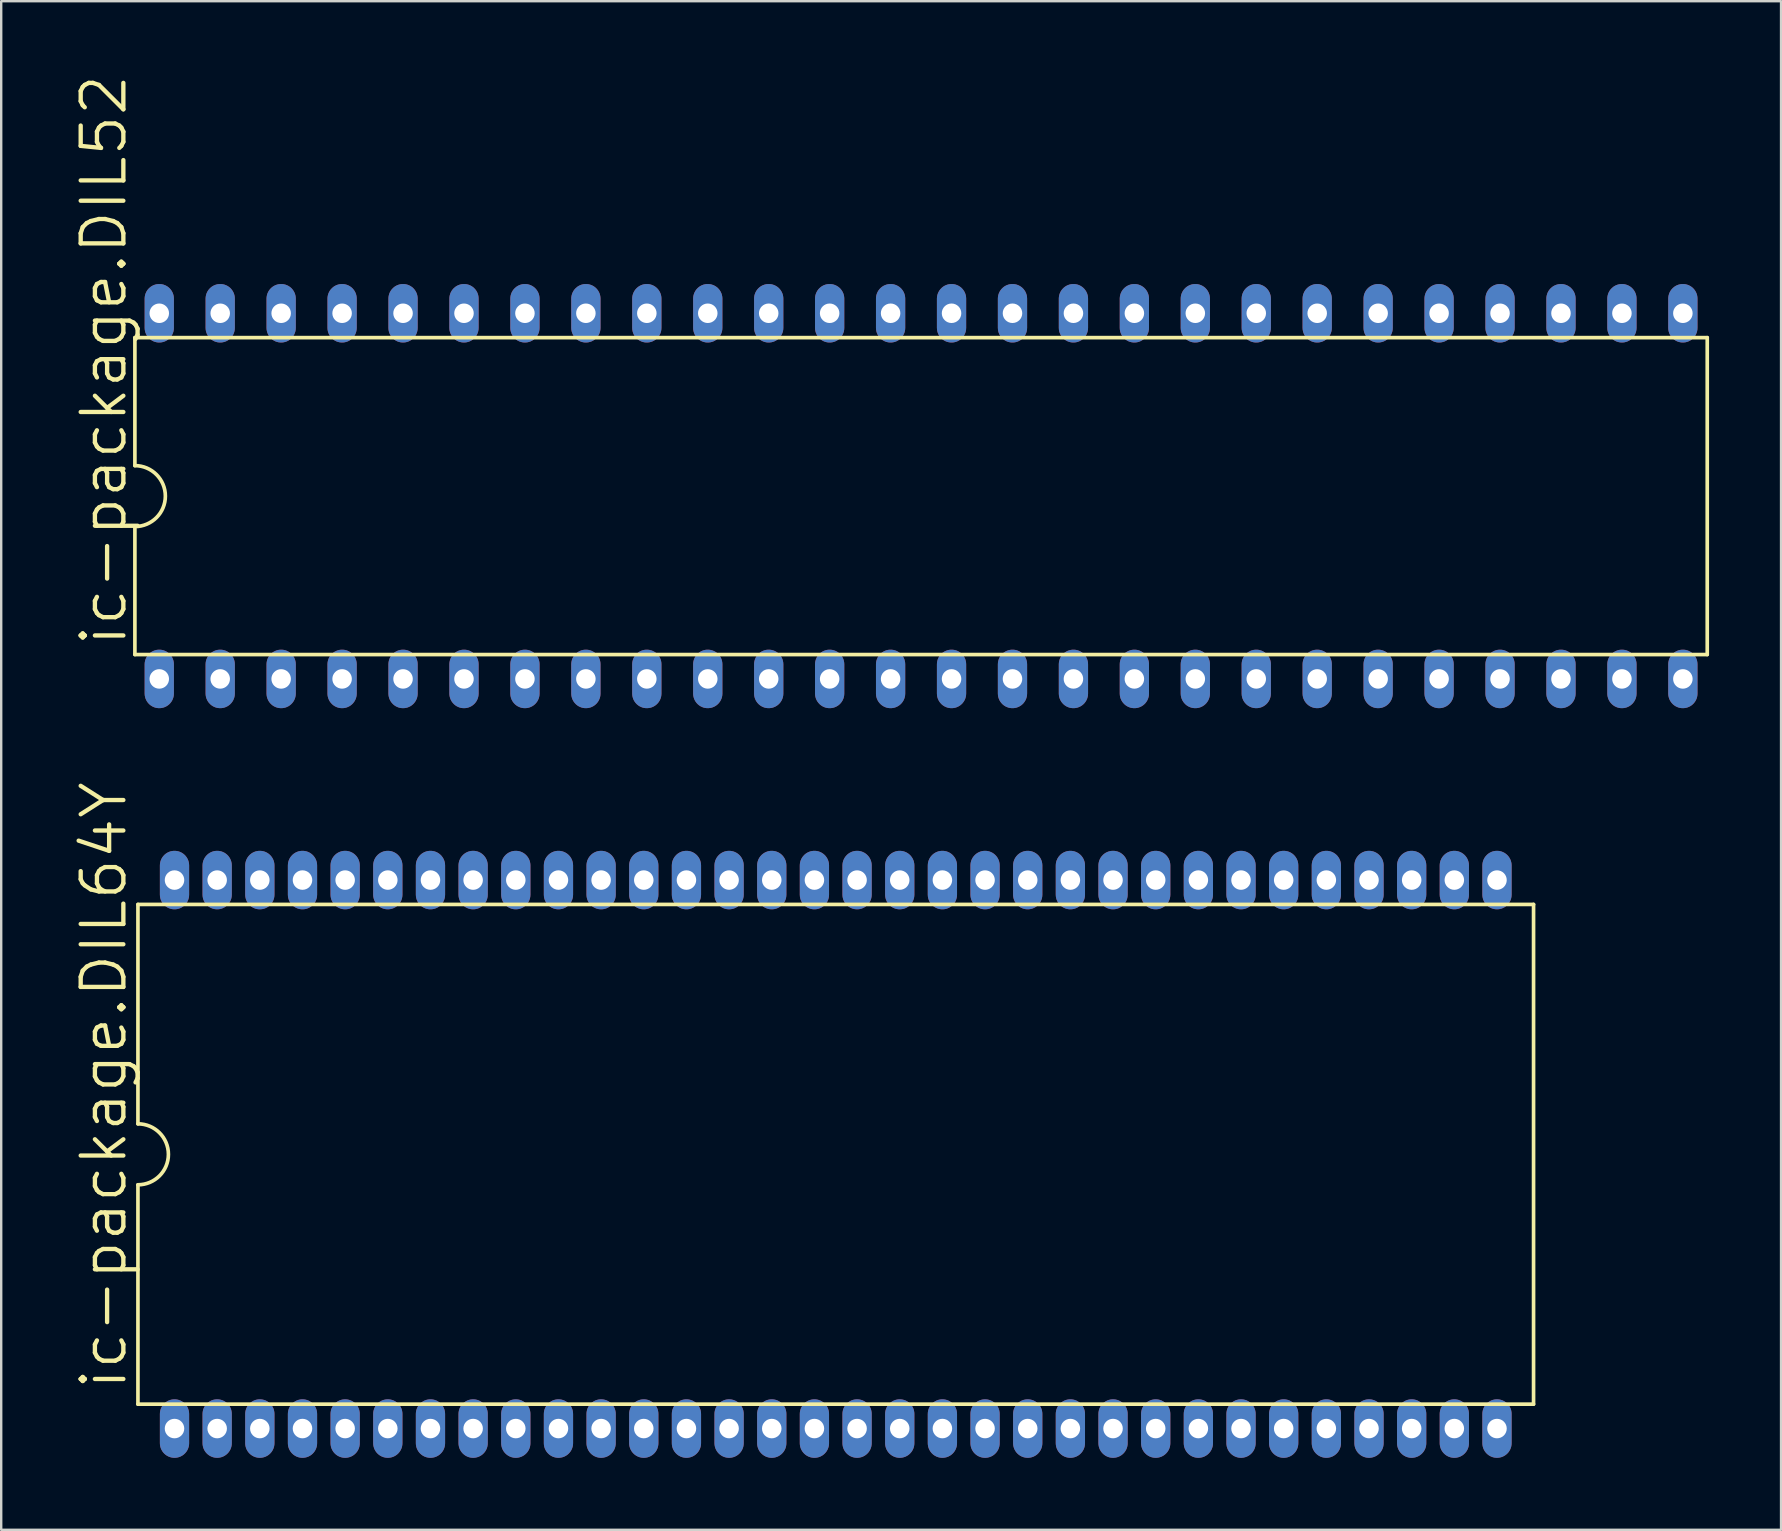
<source format=kicad_pcb>
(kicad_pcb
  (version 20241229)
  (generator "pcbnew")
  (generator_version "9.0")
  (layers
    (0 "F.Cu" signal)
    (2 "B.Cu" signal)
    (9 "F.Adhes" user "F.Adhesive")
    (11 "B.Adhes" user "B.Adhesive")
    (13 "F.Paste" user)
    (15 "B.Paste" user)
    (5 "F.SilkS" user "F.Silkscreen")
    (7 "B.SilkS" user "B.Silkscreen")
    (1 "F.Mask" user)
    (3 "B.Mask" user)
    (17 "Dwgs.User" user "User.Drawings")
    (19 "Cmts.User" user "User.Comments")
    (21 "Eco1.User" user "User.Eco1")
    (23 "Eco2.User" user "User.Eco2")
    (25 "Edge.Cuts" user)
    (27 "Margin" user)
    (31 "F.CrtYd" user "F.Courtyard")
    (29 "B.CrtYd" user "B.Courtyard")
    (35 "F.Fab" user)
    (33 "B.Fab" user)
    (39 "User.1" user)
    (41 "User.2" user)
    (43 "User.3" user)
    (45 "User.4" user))
  (footprint "ic-package.DIL52"
    (layer "F.Cu")
    (at 35.338 17.626)
    (property "Reference" "ic-package.DIL52" (at -33.02 6.35 90) (layer "F.SilkS") (effects (font (size 1.778 1.778) (thickness 0.18)) (justify left bottom)))
    (attr through_hole)
    (fp_line (start -32.766 -6.604) (end 32.766 -6.604) (stroke (width 0.152) (type default)) (layer "F.SilkS"))
    (fp_line (start -32.766 -1.27) (end -32.766 -6.604) (stroke (width 0.152) (type default)) (layer "F.SilkS"))
    (fp_line (start -32.766 1.27) (end -32.766 6.604) (stroke (width 0.152) (type default)) (layer "F.SilkS"))
    (fp_line (start -32.766 6.604) (end 32.766 6.604) (stroke (width 0.152) (type default)) (layer "F.SilkS"))
    (fp_line (start 32.766 6.604) (end 32.766 -6.604) (stroke (width 0.152) (type default)) (layer "F.SilkS"))
    (fp_arc (start -32.766 -1.27) (mid -31.496 0) (end -32.766 1.27) (stroke (width 0.1524) (type default)) (layer "F.SilkS"))
    (pad "1" thru_hole oval (at -31.75 7.62 90) (size 2.438 1.219) (drill 0.813) (layers "*.Cu" "*.Mask"))
    (pad "2" thru_hole oval (at -29.21 7.62 90) (size 2.438 1.219) (drill 0.813) (layers "*.Cu" "*.Mask"))
    (pad "3" thru_hole oval (at -26.67 7.62 90) (size 2.438 1.219) (drill 0.813) (layers "*.Cu" "*.Mask"))
    (pad "4" thru_hole oval (at -24.13 7.62 90) (size 2.438 1.219) (drill 0.813) (layers "*.Cu" "*.Mask"))
    (pad "5" thru_hole oval (at -21.59 7.62 90) (size 2.438 1.219) (drill 0.813) (layers "*.Cu" "*.Mask"))
    (pad "6" thru_hole oval (at -19.05 7.62 90) (size 2.438 1.219) (drill 0.813) (layers "*.Cu" "*.Mask"))
    (pad "7" thru_hole oval (at -16.51 7.62 90) (size 2.438 1.219) (drill 0.813) (layers "*.Cu" "*.Mask"))
    (pad "8" thru_hole oval (at -13.97 7.62 90) (size 2.438 1.219) (drill 0.813) (layers "*.Cu" "*.Mask"))
    (pad "9" thru_hole oval (at -11.43 7.62 90) (size 2.438 1.219) (drill 0.813) (layers "*.Cu" "*.Mask"))
    (pad "10" thru_hole oval (at -8.89 7.62 90) (size 2.438 1.219) (drill 0.813) (layers "*.Cu" "*.Mask"))
    (pad "11" thru_hole oval (at -6.35 7.62 90) (size 2.438 1.219) (drill 0.813) (layers "*.Cu" "*.Mask"))
    (pad "12" thru_hole oval (at -3.81 7.62 90) (size 2.438 1.219) (drill 0.813) (layers "*.Cu" "*.Mask"))
    (pad "13" thru_hole oval (at -1.27 7.62 90) (size 2.438 1.219) (drill 0.813) (layers "*.Cu" "*.Mask"))
    (pad "14" thru_hole oval (at 1.27 7.62 90) (size 2.438 1.219) (drill 0.813) (layers "*.Cu" "*.Mask"))
    (pad "15" thru_hole oval (at 3.81 7.62 90) (size 2.438 1.219) (drill 0.813) (layers "*.Cu" "*.Mask"))
    (pad "16" thru_hole oval (at 6.35 7.62 90) (size 2.438 1.219) (drill 0.813) (layers "*.Cu" "*.Mask"))
    (pad "17" thru_hole oval (at 8.89 7.62 90) (size 2.438 1.219) (drill 0.813) (layers "*.Cu" "*.Mask"))
    (pad "18" thru_hole oval (at 11.43 7.62 90) (size 2.438 1.219) (drill 0.813) (layers "*.Cu" "*.Mask"))
    (pad "19" thru_hole oval (at 13.97 7.62 90) (size 2.438 1.219) (drill 0.813) (layers "*.Cu" "*.Mask"))
    (pad "20" thru_hole oval (at 16.51 7.62 90) (size 2.438 1.219) (drill 0.813) (layers "*.Cu" "*.Mask"))
    (pad "21" thru_hole oval (at 19.05 7.62 90) (size 2.438 1.219) (drill 0.813) (layers "*.Cu" "*.Mask"))
    (pad "22" thru_hole oval (at 21.59 7.62 90) (size 2.438 1.219) (drill 0.813) (layers "*.Cu" "*.Mask"))
    (pad "23" thru_hole oval (at 24.13 7.62 90) (size 2.438 1.219) (drill 0.813) (layers "*.Cu" "*.Mask"))
    (pad "24" thru_hole oval (at 26.67 7.62 90) (size 2.438 1.219) (drill 0.813) (layers "*.Cu" "*.Mask"))
    (pad "25" thru_hole oval (at 29.21 7.62 90) (size 2.438 1.219) (drill 0.813) (layers "*.Cu" "*.Mask"))
    (pad "26" thru_hole oval (at 31.75 7.62 90) (size 2.438 1.219) (drill 0.813) (layers "*.Cu" "*.Mask"))
    (pad "27" thru_hole oval (at 31.75 -7.62 90) (size 2.438 1.219) (drill 0.813) (layers "*.Cu" "*.Mask"))
    (pad "28" thru_hole oval (at 29.21 -7.62 90) (size 2.438 1.219) (drill 0.813) (layers "*.Cu" "*.Mask"))
    (pad "29" thru_hole oval (at 26.67 -7.62 90) (size 2.438 1.219) (drill 0.813) (layers "*.Cu" "*.Mask"))
    (pad "30" thru_hole oval (at 24.13 -7.62 90) (size 2.438 1.219) (drill 0.813) (layers "*.Cu" "*.Mask"))
    (pad "31" thru_hole oval (at 21.59 -7.62 90) (size 2.438 1.219) (drill 0.813) (layers "*.Cu" "*.Mask"))
    (pad "32" thru_hole oval (at 19.05 -7.62 90) (size 2.438 1.219) (drill 0.813) (layers "*.Cu" "*.Mask"))
    (pad "33" thru_hole oval (at 16.51 -7.62 90) (size 2.438 1.219) (drill 0.813) (layers "*.Cu" "*.Mask"))
    (pad "34" thru_hole oval (at 13.97 -7.62 90) (size 2.438 1.219) (drill 0.813) (layers "*.Cu" "*.Mask"))
    (pad "35" thru_hole oval (at 11.43 -7.62 90) (size 2.438 1.219) (drill 0.813) (layers "*.Cu" "*.Mask"))
    (pad "36" thru_hole oval (at 8.89 -7.62 90) (size 2.438 1.219) (drill 0.813) (layers "*.Cu" "*.Mask"))
    (pad "37" thru_hole oval (at 6.35 -7.62 90) (size 2.438 1.219) (drill 0.813) (layers "*.Cu" "*.Mask"))
    (pad "38" thru_hole oval (at 3.81 -7.62 90) (size 2.438 1.219) (drill 0.813) (layers "*.Cu" "*.Mask"))
    (pad "39" thru_hole oval (at 1.27 -7.62 90) (size 2.438 1.219) (drill 0.813) (layers "*.Cu" "*.Mask"))
    (pad "40" thru_hole oval (at -1.27 -7.62 90) (size 2.438 1.219) (drill 0.813) (layers "*.Cu" "*.Mask"))
    (pad "41" thru_hole oval (at -3.81 -7.62 90) (size 2.438 1.219) (drill 0.813) (layers "*.Cu" "*.Mask"))
    (pad "42" thru_hole oval (at -6.35 -7.62 90) (size 2.438 1.219) (drill 0.813) (layers "*.Cu" "*.Mask"))
    (pad "43" thru_hole oval (at -8.89 -7.62 90) (size 2.438 1.219) (drill 0.813) (layers "*.Cu" "*.Mask"))
    (pad "44" thru_hole oval (at -11.43 -7.62 90) (size 2.438 1.219) (drill 0.813) (layers "*.Cu" "*.Mask"))
    (pad "45" thru_hole oval (at -13.97 -7.62 90) (size 2.438 1.219) (drill 0.813) (layers "*.Cu" "*.Mask"))
    (pad "46" thru_hole oval (at -16.51 -7.62 90) (size 2.438 1.219) (drill 0.813) (layers "*.Cu" "*.Mask"))
    (pad "47" thru_hole oval (at -19.05 -7.62 90) (size 2.438 1.219) (drill 0.813) (layers "*.Cu" "*.Mask"))
    (pad "48" thru_hole oval (at -21.59 -7.62 90) (size 2.438 1.219) (drill 0.813) (layers "*.Cu" "*.Mask"))
    (pad "49" thru_hole oval (at -24.13 -7.62 90) (size 2.438 1.219) (drill 0.813) (layers "*.Cu" "*.Mask"))
    (pad "50" thru_hole oval (at -26.67 -7.62 90) (size 2.438 1.219) (drill 0.813) (layers "*.Cu" "*.Mask"))
    (pad "51" thru_hole oval (at -29.21 -7.62 90) (size 2.438 1.219) (drill 0.813) (layers "*.Cu" "*.Mask"))
    (pad "52" thru_hole oval (at -31.75 -7.62 90) (size 2.438 1.219) (drill 0.813) (layers "*.Cu" "*.Mask")))
  (footprint "ic-package.DIL64Y"
    (layer "F.Cu")
    (at 31.782 45.059)
    (property "Reference" "ic-package.DIL64Y" (at -29.464 9.906 90) (layer "F.SilkS") (effects (font (size 1.778 1.778) (thickness 0.18)) (justify left bottom)))
    (attr through_hole)
    (fp_line (start -29.083 -10.414) (end -29.083 -1.27) (stroke (width 0.152) (type default)) (layer "F.SilkS"))
    (fp_line (start -29.083 -10.414) (end 29.083 -10.414) (stroke (width 0.152) (type default)) (layer "F.SilkS"))
    (fp_line (start -29.083 1.27) (end -29.083 10.414) (stroke (width 0.152) (type default)) (layer "F.SilkS"))
    (fp_line (start -29.083 10.414) (end 29.083 10.414) (stroke (width 0.152) (type default)) (layer "F.SilkS"))
    (fp_line (start 29.083 10.414) (end 29.083 -10.414) (stroke (width 0.152) (type default)) (layer "F.SilkS"))
    (fp_arc (start -29.083 -1.27) (mid -27.813 0) (end -29.083 1.27) (stroke (width 0.1524) (type default)) (layer "F.SilkS"))
    (pad "1" thru_hole oval (at -27.559 11.43 90) (size 2.438 1.219) (drill 0.813) (layers "*.Cu" "*.Mask"))
    (pad "2" thru_hole oval (at -25.781 11.43 90) (size 2.438 1.219) (drill 0.813) (layers "*.Cu" "*.Mask"))
    (pad "3" thru_hole oval (at -24.003 11.43 90) (size 2.438 1.219) (drill 0.813) (layers "*.Cu" "*.Mask"))
    (pad "4" thru_hole oval (at -22.225 11.43 90) (size 2.438 1.219) (drill 0.813) (layers "*.Cu" "*.Mask"))
    (pad "5" thru_hole oval (at -20.447 11.43 90) (size 2.438 1.219) (drill 0.813) (layers "*.Cu" "*.Mask"))
    (pad "6" thru_hole oval (at -18.669 11.43 90) (size 2.438 1.219) (drill 0.813) (layers "*.Cu" "*.Mask"))
    (pad "7" thru_hole oval (at -16.891 11.43 90) (size 2.438 1.219) (drill 0.813) (layers "*.Cu" "*.Mask"))
    (pad "8" thru_hole oval (at -15.113 11.43 90) (size 2.438 1.219) (drill 0.813) (layers "*.Cu" "*.Mask"))
    (pad "9" thru_hole oval (at -13.335 11.43 90) (size 2.438 1.219) (drill 0.813) (layers "*.Cu" "*.Mask"))
    (pad "10" thru_hole oval (at -11.557 11.43 90) (size 2.438 1.219) (drill 0.813) (layers "*.Cu" "*.Mask"))
    (pad "11" thru_hole oval (at -9.779 11.43 90) (size 2.438 1.219) (drill 0.813) (layers "*.Cu" "*.Mask"))
    (pad "12" thru_hole oval (at -8.001 11.43 90) (size 2.438 1.219) (drill 0.813) (layers "*.Cu" "*.Mask"))
    (pad "13" thru_hole oval (at -6.223 11.43 90) (size 2.438 1.219) (drill 0.813) (layers "*.Cu" "*.Mask"))
    (pad "14" thru_hole oval (at -4.445 11.43 90) (size 2.438 1.219) (drill 0.813) (layers "*.Cu" "*.Mask"))
    (pad "15" thru_hole oval (at -2.667 11.43 90) (size 2.438 1.219) (drill 0.813) (layers "*.Cu" "*.Mask"))
    (pad "16" thru_hole oval (at -0.889 11.43 90) (size 2.438 1.219) (drill 0.813) (layers "*.Cu" "*.Mask"))
    (pad "17" thru_hole oval (at 0.889 11.43 90) (size 2.438 1.219) (drill 0.813) (layers "*.Cu" "*.Mask"))
    (pad "18" thru_hole oval (at 2.667 11.43 90) (size 2.438 1.219) (drill 0.813) (layers "*.Cu" "*.Mask"))
    (pad "19" thru_hole oval (at 4.445 11.43 90) (size 2.438 1.219) (drill 0.813) (layers "*.Cu" "*.Mask"))
    (pad "20" thru_hole oval (at 6.223 11.43 90) (size 2.438 1.219) (drill 0.813) (layers "*.Cu" "*.Mask"))
    (pad "21" thru_hole oval (at 8.001 11.43 90) (size 2.438 1.219) (drill 0.813) (layers "*.Cu" "*.Mask"))
    (pad "22" thru_hole oval (at 9.779 11.43 90) (size 2.438 1.219) (drill 0.813) (layers "*.Cu" "*.Mask"))
    (pad "23" thru_hole oval (at 11.557 11.43 90) (size 2.438 1.219) (drill 0.813) (layers "*.Cu" "*.Mask"))
    (pad "24" thru_hole oval (at 13.335 11.43 90) (size 2.438 1.219) (drill 0.813) (layers "*.Cu" "*.Mask"))
    (pad "25" thru_hole oval (at 15.113 11.43 90) (size 2.438 1.219) (drill 0.813) (layers "*.Cu" "*.Mask"))
    (pad "26" thru_hole oval (at 16.891 11.43 90) (size 2.438 1.219) (drill 0.813) (layers "*.Cu" "*.Mask"))
    (pad "27" thru_hole oval (at 18.669 11.43 90) (size 2.438 1.219) (drill 0.813) (layers "*.Cu" "*.Mask"))
    (pad "28" thru_hole oval (at 20.447 11.43 90) (size 2.438 1.219) (drill 0.813) (layers "*.Cu" "*.Mask"))
    (pad "29" thru_hole oval (at 22.225 11.43 90) (size 2.438 1.219) (drill 0.813) (layers "*.Cu" "*.Mask"))
    (pad "30" thru_hole oval (at 24.003 11.43 90) (size 2.438 1.219) (drill 0.813) (layers "*.Cu" "*.Mask"))
    (pad "31" thru_hole oval (at 25.781 11.43 90) (size 2.438 1.219) (drill 0.813) (layers "*.Cu" "*.Mask"))
    (pad "32" thru_hole oval (at 27.559 11.43 90) (size 2.438 1.219) (drill 0.813) (layers "*.Cu" "*.Mask"))
    (pad "33" thru_hole oval (at 27.559 -11.43 90) (size 2.438 1.219) (drill 0.813) (layers "*.Cu" "*.Mask"))
    (pad "34" thru_hole oval (at 25.781 -11.43 90) (size 2.438 1.219) (drill 0.813) (layers "*.Cu" "*.Mask"))
    (pad "35" thru_hole oval (at 24.003 -11.43 90) (size 2.438 1.219) (drill 0.813) (layers "*.Cu" "*.Mask"))
    (pad "36" thru_hole oval (at 22.225 -11.43 90) (size 2.438 1.219) (drill 0.813) (layers "*.Cu" "*.Mask"))
    (pad "37" thru_hole oval (at 20.447 -11.43 90) (size 2.438 1.219) (drill 0.813) (layers "*.Cu" "*.Mask"))
    (pad "38" thru_hole oval (at 18.669 -11.43 90) (size 2.438 1.219) (drill 0.813) (layers "*.Cu" "*.Mask"))
    (pad "39" thru_hole oval (at 16.891 -11.43 90) (size 2.438 1.219) (drill 0.813) (layers "*.Cu" "*.Mask"))
    (pad "40" thru_hole oval (at 15.113 -11.43 90) (size 2.438 1.219) (drill 0.813) (layers "*.Cu" "*.Mask"))
    (pad "41" thru_hole oval (at 13.335 -11.43 90) (size 2.438 1.219) (drill 0.813) (layers "*.Cu" "*.Mask"))
    (pad "42" thru_hole oval (at 11.557 -11.43 90) (size 2.438 1.219) (drill 0.813) (layers "*.Cu" "*.Mask"))
    (pad "43" thru_hole oval (at 9.779 -11.43 90) (size 2.438 1.219) (drill 0.813) (layers "*.Cu" "*.Mask"))
    (pad "44" thru_hole oval (at 8.001 -11.43 90) (size 2.438 1.219) (drill 0.813) (layers "*.Cu" "*.Mask"))
    (pad "45" thru_hole oval (at 6.223 -11.43 90) (size 2.438 1.219) (drill 0.813) (layers "*.Cu" "*.Mask"))
    (pad "46" thru_hole oval (at 4.445 -11.43 90) (size 2.438 1.219) (drill 0.813) (layers "*.Cu" "*.Mask"))
    (pad "47" thru_hole oval (at 2.667 -11.43 90) (size 2.438 1.219) (drill 0.813) (layers "*.Cu" "*.Mask"))
    (pad "48" thru_hole oval (at 0.889 -11.43 90) (size 2.438 1.219) (drill 0.813) (layers "*.Cu" "*.Mask"))
    (pad "49" thru_hole oval (at -0.889 -11.43 90) (size 2.438 1.219) (drill 0.813) (layers "*.Cu" "*.Mask"))
    (pad "50" thru_hole oval (at -2.667 -11.43 90) (size 2.438 1.219) (drill 0.813) (layers "*.Cu" "*.Mask"))
    (pad "51" thru_hole oval (at -4.445 -11.43 90) (size 2.438 1.219) (drill 0.813) (layers "*.Cu" "*.Mask"))
    (pad "52" thru_hole oval (at -6.223 -11.43 90) (size 2.438 1.219) (drill 0.813) (layers "*.Cu" "*.Mask"))
    (pad "53" thru_hole oval (at -8.001 -11.43 90) (size 2.438 1.219) (drill 0.813) (layers "*.Cu" "*.Mask"))
    (pad "54" thru_hole oval (at -9.779 -11.43 90) (size 2.438 1.219) (drill 0.813) (layers "*.Cu" "*.Mask"))
    (pad "55" thru_hole oval (at -11.557 -11.43 90) (size 2.438 1.219) (drill 0.813) (layers "*.Cu" "*.Mask"))
    (pad "56" thru_hole oval (at -13.335 -11.43 90) (size 2.438 1.219) (drill 0.813) (layers "*.Cu" "*.Mask"))
    (pad "57" thru_hole oval (at -15.113 -11.43 90) (size 2.438 1.219) (drill 0.813) (layers "*.Cu" "*.Mask"))
    (pad "58" thru_hole oval (at -16.891 -11.43 90) (size 2.438 1.219) (drill 0.813) (layers "*.Cu" "*.Mask"))
    (pad "59" thru_hole oval (at -18.669 -11.43 90) (size 2.438 1.219) (drill 0.813) (layers "*.Cu" "*.Mask"))
    (pad "60" thru_hole oval (at -20.447 -11.43 90) (size 2.438 1.219) (drill 0.813) (layers "*.Cu" "*.Mask"))
    (pad "61" thru_hole oval (at -22.225 -11.43 90) (size 2.438 1.219) (drill 0.813) (layers "*.Cu" "*.Mask"))
    (pad "62" thru_hole oval (at -24.003 -11.43 90) (size 2.438 1.219) (drill 0.813) (layers "*.Cu" "*.Mask"))
    (pad "63" thru_hole oval (at -25.781 -11.43 90) (size 2.438 1.219) (drill 0.813) (layers "*.Cu" "*.Mask"))
    (pad "64" thru_hole oval (at -27.559 -11.43 90) (size 2.438 1.219) (drill 0.813) (layers "*.Cu" "*.Mask")))
  (gr_rect
    (start -3 -3)
    (end 71.18 60.708)
    (stroke (width 0.1) (type default))
    (fill no)
    (layer "Edge.Cuts")))
</source>
